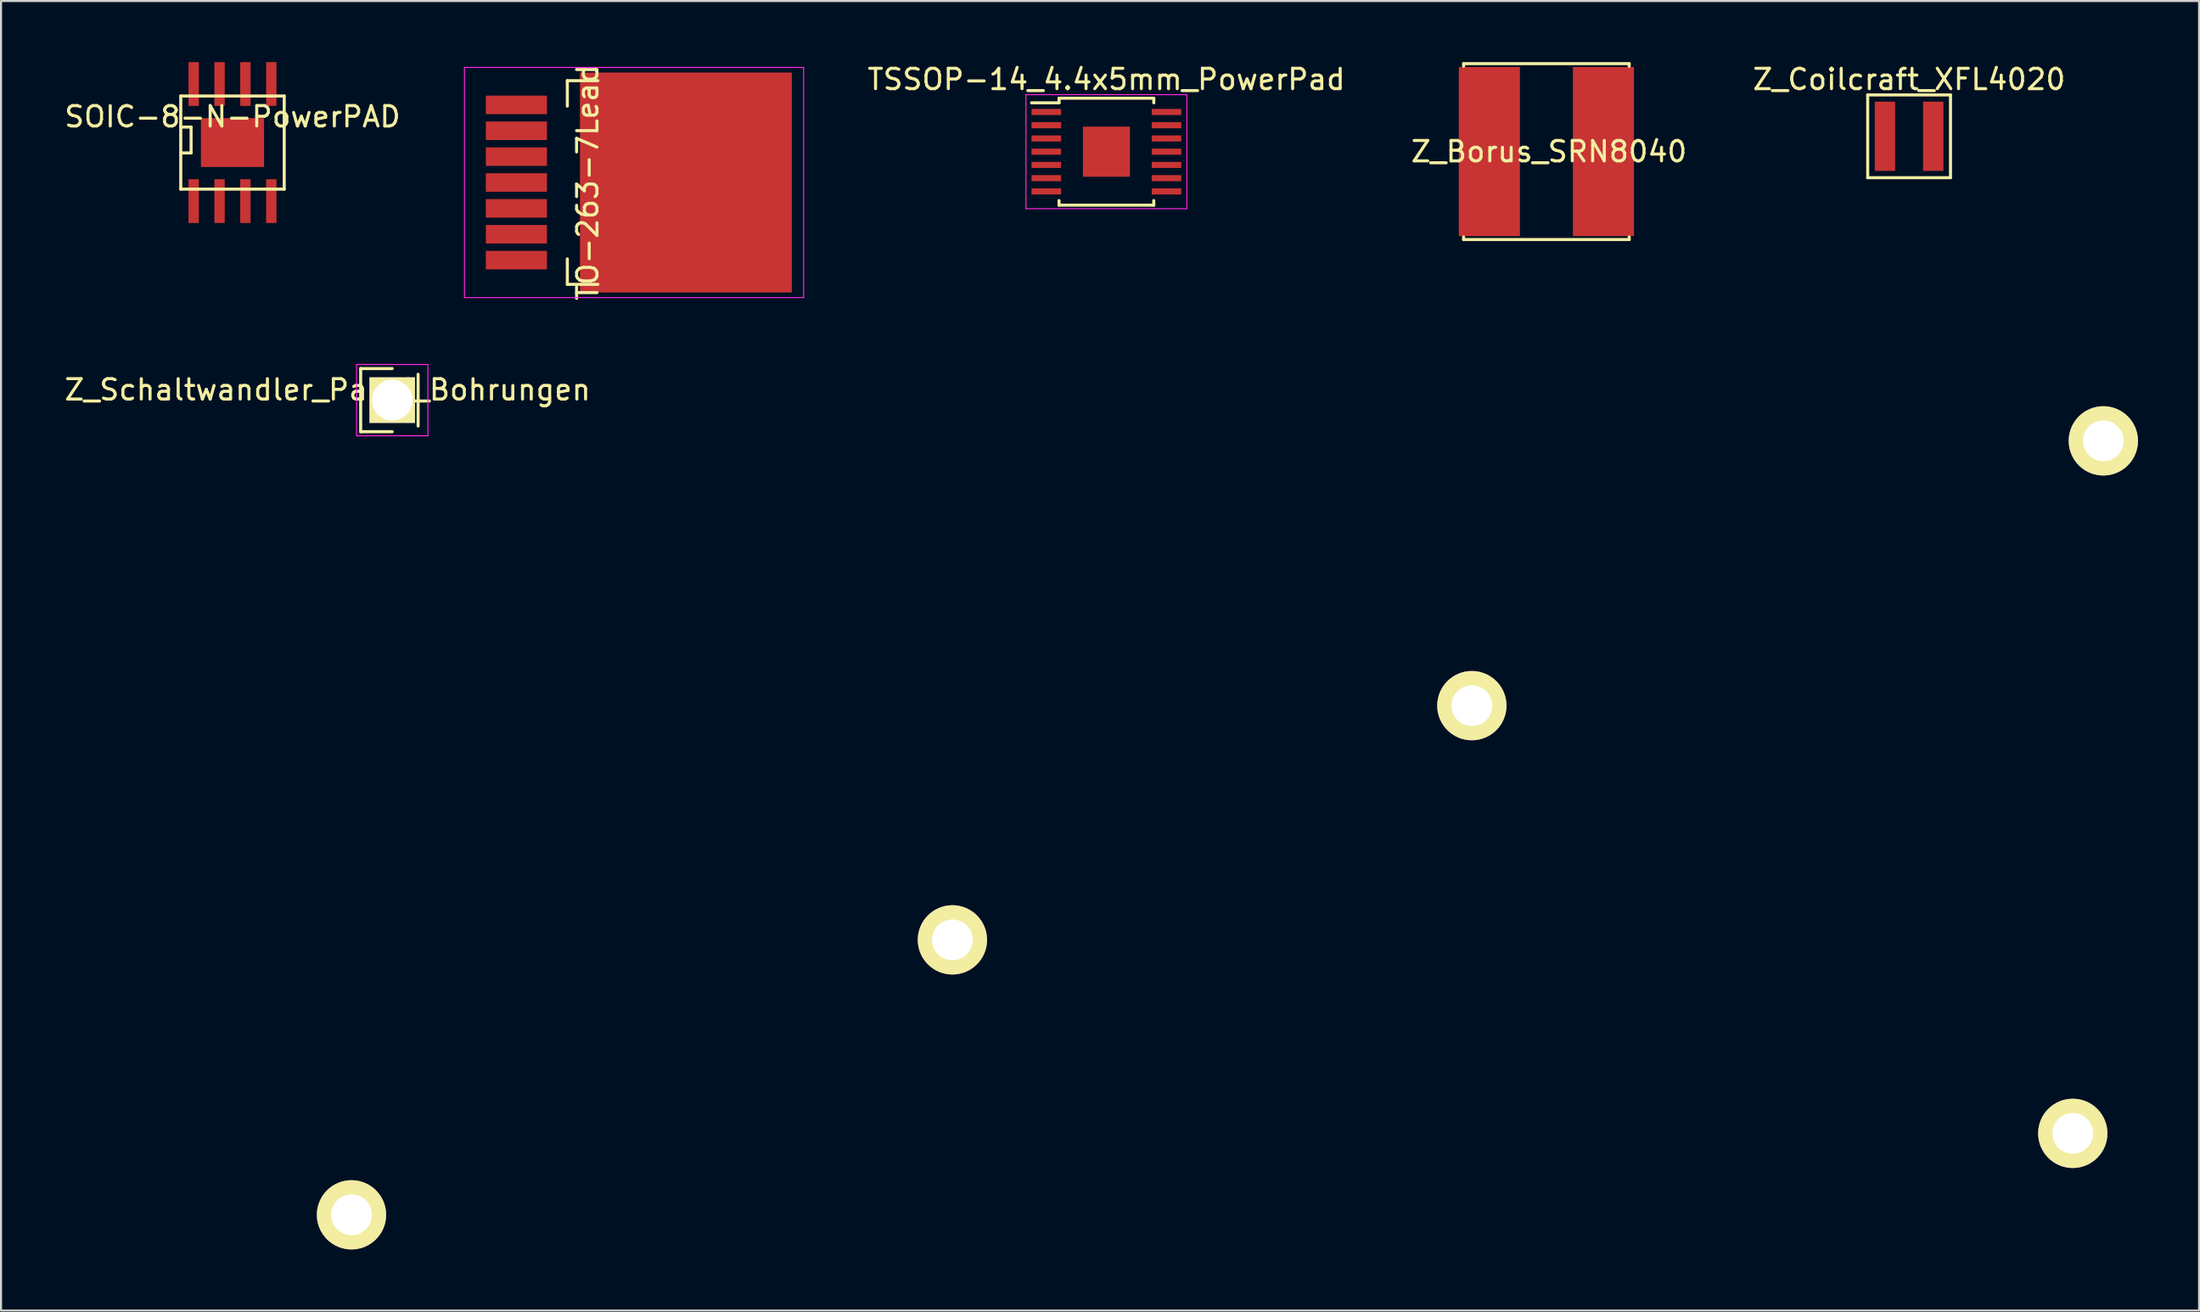
<source format=kicad_pcb>
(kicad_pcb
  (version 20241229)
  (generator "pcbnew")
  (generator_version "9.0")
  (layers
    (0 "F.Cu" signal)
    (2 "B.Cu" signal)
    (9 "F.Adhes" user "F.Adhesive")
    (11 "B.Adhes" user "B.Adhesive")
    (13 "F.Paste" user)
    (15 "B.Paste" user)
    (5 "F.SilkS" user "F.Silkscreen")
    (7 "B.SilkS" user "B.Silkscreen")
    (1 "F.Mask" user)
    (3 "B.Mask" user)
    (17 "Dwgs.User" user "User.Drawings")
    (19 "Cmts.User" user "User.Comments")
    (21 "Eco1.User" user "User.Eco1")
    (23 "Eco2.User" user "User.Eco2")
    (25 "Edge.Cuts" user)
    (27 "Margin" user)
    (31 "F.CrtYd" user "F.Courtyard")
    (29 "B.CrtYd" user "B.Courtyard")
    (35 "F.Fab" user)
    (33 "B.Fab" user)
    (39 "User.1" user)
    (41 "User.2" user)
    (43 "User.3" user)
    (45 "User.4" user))
  (footprint "Z_Coilcraft_XFL4020"
    (layer "F.Cu")
    (at 90.67 3.642)
    (property "Reference" "Z_Coilcraft_XFL4020" (at 0 -2.794 0) (layer "F.SilkS") (effects (font (size 1 1) (thickness 0.15))))
    (attr smd)
    (fp_line (start -2.032 -2.032) (end 2.032 -2.032) (stroke (width 0.15) (type solid)) (layer "F.SilkS"))
    (fp_line (start -2.032 2.032) (end -2.032 -2.032) (stroke (width 0.15) (type solid)) (layer "F.SilkS"))
    (fp_line (start 2.032 -2.032) (end 2.032 2.032) (stroke (width 0.15) (type solid)) (layer "F.SilkS"))
    (fp_line (start 2.032 2.032) (end -2.032 2.032) (stroke (width 0.15) (type solid)) (layer "F.SilkS"))
    (pad "1" smd rect (at 1.185 0) (size 1 3.4) (layers "F.Cu" "F.Mask" "F.Paste"))
    (pad "2" smd rect (at -1.185 0) (size 1 3.4) (layers "F.Cu" "F.Mask" "F.Paste")))
  (footprint "Z_Borus_SRN8040"
    (layer "F.Cu")
    (at 72.865 4.393)
    (property "Reference" "Z_Borus_SRN8040" (at 0.127 0 0) (layer "F.SilkS") (effects (font (size 1 1) (thickness 0.15))))
    (attr smd)
    (fp_line (start -4.064 -4.318) (end 4.064 -4.318) (stroke (width 0.15) (type solid)) (layer "F.SilkS"))
    (fp_line (start -4.064 -4.191) (end -4.064 -4.318) (stroke (width 0.15) (type solid)) (layer "F.SilkS"))
    (fp_line (start -4.064 4.318) (end -4.064 4.191) (stroke (width 0.15) (type solid)) (layer "F.SilkS"))
    (fp_line (start 4.064 -4.318) (end 4.064 -4.191) (stroke (width 0.15) (type solid)) (layer "F.SilkS"))
    (fp_line (start 4.064 4.191) (end 4.064 4.318) (stroke (width 0.15) (type solid)) (layer "F.SilkS"))
    (fp_line (start 4.064 4.318) (end -4.064 4.318) (stroke (width 0.15) (type solid)) (layer "F.SilkS"))
    (pad "1" smd rect (at -2.8 0) (size 3 8.3) (layers "F.Cu" "F.Mask" "F.Paste"))
    (pad "2" smd rect (at 2.8 0) (size 3 8.3) (layers "F.Cu" "F.Mask" "F.Paste")))
  (footprint "Z_Schaltwandler_Panel_Bohrungen"
    (layer "F.Cu")
    (at 16.205 16.596)
    (property "Reference" "Z_Schaltwandler_Panel_Bohrungen" (at -3.175 -0.508 0) (layer "F.SilkS") (effects (font (size 1 1) (thickness 0.15))))
    (attr through_hole)
    (fp_line (start -1.55 -1.55) (end -1.55 1.55) (stroke (width 0.15) (type solid)) (layer "F.SilkS"))
    (fp_line (start -1.55 -1.55) (end 0 -1.55) (stroke (width 0.15) (type solid)) (layer "F.SilkS"))
    (fp_line (start -1.55 1.55) (end 0 1.55) (stroke (width 0.15) (type solid)) (layer "F.SilkS"))
    (fp_line (start 1.27 1.27) (end 1.27 -1.27) (stroke (width 0.15) (type solid)) (layer "F.SilkS"))
    (fp_line (start -1.75 -1.75) (end -1.75 1.75) (stroke (width 0.05) (type solid)) (layer "F.CrtYd"))
    (fp_line (start -1.75 -1.75) (end 1.75 -1.75) (stroke (width 0.05) (type solid)) (layer "F.CrtYd"))
    (fp_line (start -1.75 1.75) (end 1.75 1.75) (stroke (width 0.05) (type solid)) (layer "F.CrtYd"))
    (fp_line (start 1.75 -1.75) (end 1.75 1.75) (stroke (width 0.05) (type solid)) (layer "F.CrtYd"))
    (pad "1" thru_hole circle (at -2 40) (size 3.4 3.4) (drill 2) (layers "*.Cu" "*.Mask" "F.SilkS"))
    (pad "1" thru_hole rect (at 0 0) (size 2.235 2.235) (drill 2) (layers "*.Cu" "*.Mask" "F.SilkS"))
    (pad "1" thru_hole circle (at 27.5 26.5) (size 3.4 3.4) (drill 2) (layers "*.Cu" "*.Mask" "F.SilkS"))
    (pad "1" thru_hole circle (at 53 15) (size 3.4 3.4) (drill 2) (layers "*.Cu" "*.Mask" "F.SilkS"))
    (pad "1" thru_hole circle (at 84 2) (size 3.4 3.4) (drill 2) (layers "*.Cu" "*.Mask" "F.SilkS"))
    (pad "2" thru_hole circle (at 82.5 36) (size 3.4 3.4) (drill 2) (layers "*.Cu" "*.Mask" "F.SilkS")))
  (footprint "TSSOP-14_4.4x5mm_PowerPad"
    (layer "F.Cu")
    (at 51.265 4.398)
    (property "Reference" "TSSOP-14_4.4x5mm_PowerPad" (at 0 -3.55 0) (layer "F.SilkS") (effects (font (size 1 1) (thickness 0.15))))
    (attr smd)
    (fp_line (start -2.325 -2.625) (end -2.325 -2.4) (stroke (width 0.15) (type solid)) (layer "F.SilkS"))
    (fp_line (start -2.325 -2.625) (end 2.325 -2.625) (stroke (width 0.15) (type solid)) (layer "F.SilkS"))
    (fp_line (start -2.325 -2.4) (end -3.675 -2.4) (stroke (width 0.15) (type solid)) (layer "F.SilkS"))
    (fp_line (start -2.325 2.625) (end -2.325 2.4) (stroke (width 0.15) (type solid)) (layer "F.SilkS"))
    (fp_line (start -2.325 2.625) (end 2.325 2.625) (stroke (width 0.15) (type solid)) (layer "F.SilkS"))
    (fp_line (start 2.325 -2.625) (end 2.325 -2.4) (stroke (width 0.15) (type solid)) (layer "F.SilkS"))
    (fp_line (start 2.325 2.625) (end 2.325 2.4) (stroke (width 0.15) (type solid)) (layer "F.SilkS"))
    (fp_line (start -3.95 -2.8) (end -3.95 2.8) (stroke (width 0.05) (type solid)) (layer "F.CrtYd"))
    (fp_line (start -3.95 -2.8) (end 3.95 -2.8) (stroke (width 0.05) (type solid)) (layer "F.CrtYd"))
    (fp_line (start -3.95 2.8) (end 3.95 2.8) (stroke (width 0.05) (type solid)) (layer "F.CrtYd"))
    (fp_line (start 3.95 -2.8) (end 3.95 2.8) (stroke (width 0.05) (type solid)) (layer "F.CrtYd"))
    (pad "1" smd rect (at -2.95 -1.95) (size 1.45 0.3) (layers "F.Cu" "F.Mask" "F.Paste"))
    (pad "2" smd rect (at -2.95 -1.3) (size 1.45 0.3) (layers "F.Cu" "F.Mask" "F.Paste"))
    (pad "3" smd rect (at -2.95 -0.65) (size 1.45 0.3) (layers "F.Cu" "F.Mask" "F.Paste"))
    (pad "4" smd rect (at -2.95 0) (size 1.45 0.3) (layers "F.Cu" "F.Mask" "F.Paste"))
    (pad "5" smd rect (at -2.95 0.65) (size 1.45 0.3) (layers "F.Cu" "F.Mask" "F.Paste"))
    (pad "6" smd rect (at -2.95 1.3) (size 1.45 0.3) (layers "F.Cu" "F.Mask" "F.Paste"))
    (pad "7" smd rect (at -2.95 1.95) (size 1.45 0.3) (layers "F.Cu" "F.Mask" "F.Paste"))
    (pad "8" smd rect (at 2.95 1.95) (size 1.45 0.3) (layers "F.Cu" "F.Mask" "F.Paste"))
    (pad "9" smd rect (at 2.95 1.3) (size 1.45 0.3) (layers "F.Cu" "F.Mask" "F.Paste"))
    (pad "10" smd rect (at 2.95 0.65) (size 1.45 0.3) (layers "F.Cu" "F.Mask" "F.Paste"))
    (pad "11" smd rect (at 2.95 0) (size 1.45 0.3) (layers "F.Cu" "F.Mask" "F.Paste"))
    (pad "12" smd rect (at 2.95 -0.65) (size 1.45 0.3) (layers "F.Cu" "F.Mask" "F.Paste"))
    (pad "13" smd rect (at 2.95 -1.3) (size 1.45 0.3) (layers "F.Cu" "F.Mask" "F.Paste"))
    (pad "14" smd rect (at 2.95 -1.95) (size 1.45 0.3) (layers "F.Cu" "F.Mask" "F.Paste"))
    (pad "EP" smd rect (at 0 0) (size 2.31 2.46) (layers "F.Cu" "F.Mask" "F.Paste")))
  (footprint "TO-263-7Lead"
    (layer "F.Cu")
    (at 22.301 5.911)
    (property "Reference" "TO-263-7Lead" (at 3.5 0 90) (layer "F.SilkS") (effects (font (size 1 1) (thickness 0.15))))
    (attr smd)
    (fp_line (start 2.5 -5) (end 2.5 -3.75) (stroke (width 0.15) (type solid)) (layer "F.SilkS"))
    (fp_line (start 2.5 -5) (end 4 -5) (stroke (width 0.15) (type solid)) (layer "F.SilkS"))
    (fp_line (start 2.5 5) (end 2.5 3.75) (stroke (width 0.15) (type solid)) (layer "F.SilkS"))
    (fp_line (start 2.5 5) (end 4 5) (stroke (width 0.15) (type solid)) (layer "F.SilkS"))
    (fp_line (start -2.55 -5.65) (end -2.55 5.65) (stroke (width 0.05) (type solid)) (layer "F.CrtYd"))
    (fp_line (start 14.1 -5.65) (end -2.55 -5.65) (stroke (width 0.05) (type solid)) (layer "F.CrtYd"))
    (fp_line (start 14.1 -5.65) (end 14.1 5.65) (stroke (width 0.05) (type solid)) (layer "F.CrtYd"))
    (fp_line (start 14.1 5.65) (end -2.55 5.65) (stroke (width 0.05) (type solid)) (layer "F.CrtYd"))
    (pad "1" smd rect (at 0 3.81) (size 3 0.91) (layers "F.Cu" "F.Mask" "F.Paste"))
    (pad "2" smd rect (at 0 2.54) (size 3 0.91) (layers "F.Cu" "F.Mask" "F.Paste"))
    (pad "3" smd rect (at 0 1.27) (size 3 0.91) (layers "F.Cu" "F.Mask" "F.Paste"))
    (pad "4" smd rect (at 0 0) (size 3 0.91) (layers "F.Cu" "F.Mask" "F.Paste"))
    (pad "4" smd rect (at 8.32 0) (size 10.4 10.8) (layers "F.Cu" "F.Mask" "F.Paste"))
    (pad "5" smd rect (at 0 -1.27) (size 3 0.91) (layers "F.Cu" "F.Mask" "F.Paste"))
    (pad "6" smd rect (at 0 -2.54) (size 3 0.91) (layers "F.Cu" "F.Mask" "F.Paste"))
    (pad "7" smd rect (at 0 -3.81) (size 3 0.91) (layers "F.Cu" "F.Mask" "F.Paste")))
  (footprint "SOIC-8-N-PowerPAD"
    (layer "F.Cu")
    (at 8.363 3.95)
    (property "Reference" "SOIC-8-N-PowerPAD" (at 0 -1.27 0) (layer "F.SilkS") (effects (font (size 1 1) (thickness 0.15))))
    (attr smd)
    (fp_line (start -2.54 -2.286) (end 2.54 -2.286) (stroke (width 0.15) (type solid)) (layer "F.SilkS"))
    (fp_line (start -2.54 -0.762) (end -2.032 -0.762) (stroke (width 0.15) (type solid)) (layer "F.SilkS"))
    (fp_line (start -2.54 2.286) (end -2.54 -2.286) (stroke (width 0.15) (type solid)) (layer "F.SilkS"))
    (fp_line (start -2.032 -0.762) (end -2.032 0.508) (stroke (width 0.15) (type solid)) (layer "F.SilkS"))
    (fp_line (start -2.032 0.508) (end -2.54 0.508) (stroke (width 0.15) (type solid)) (layer "F.SilkS"))
    (fp_line (start 2.54 -2.286) (end 2.54 2.286) (stroke (width 0.15) (type solid)) (layer "F.SilkS"))
    (fp_line (start 2.54 2.286) (end -2.54 2.286) (stroke (width 0.15) (type solid)) (layer "F.SilkS"))
    (pad "1" smd rect (at -1.905 2.875) (size 0.508 2.15) (layers "F.Cu" "F.Mask" "F.Paste"))
    (pad "2" smd rect (at -0.635 2.875) (size 0.508 2.15) (layers "F.Cu" "F.Mask" "F.Paste"))
    (pad "3" smd rect (at 0.635 2.875) (size 0.508 2.15) (layers "F.Cu" "F.Mask" "F.Paste"))
    (pad "4" smd rect (at 1.905 2.875) (size 0.508 2.15) (layers "F.Cu" "F.Mask" "F.Paste"))
    (pad "5" smd rect (at 1.905 -2.875) (size 0.508 2.15) (layers "F.Cu" "F.Mask" "F.Paste"))
    (pad "6" smd rect (at 0.635 -2.875) (size 0.508 2.15) (layers "F.Cu" "F.Mask" "F.Paste"))
    (pad "7" smd rect (at -0.635 -2.875) (size 0.508 2.15) (layers "F.Cu" "F.Mask" "F.Paste"))
    (pad "8" smd rect (at -1.905 -2.875) (size 0.508 2.15) (layers "F.Cu" "F.Mask" "F.Paste"))
    (pad "PAD" smd rect (at 0 0) (size 3.1 2.4) (layers "F.Cu" "F.Mask" "F.Paste")))
  (gr_rect
    (start -3 -3)
    (end 104.905 61.296)
    (stroke (width 0.1) (type default))
    (fill no)
    (layer "Edge.Cuts")))
</source>
